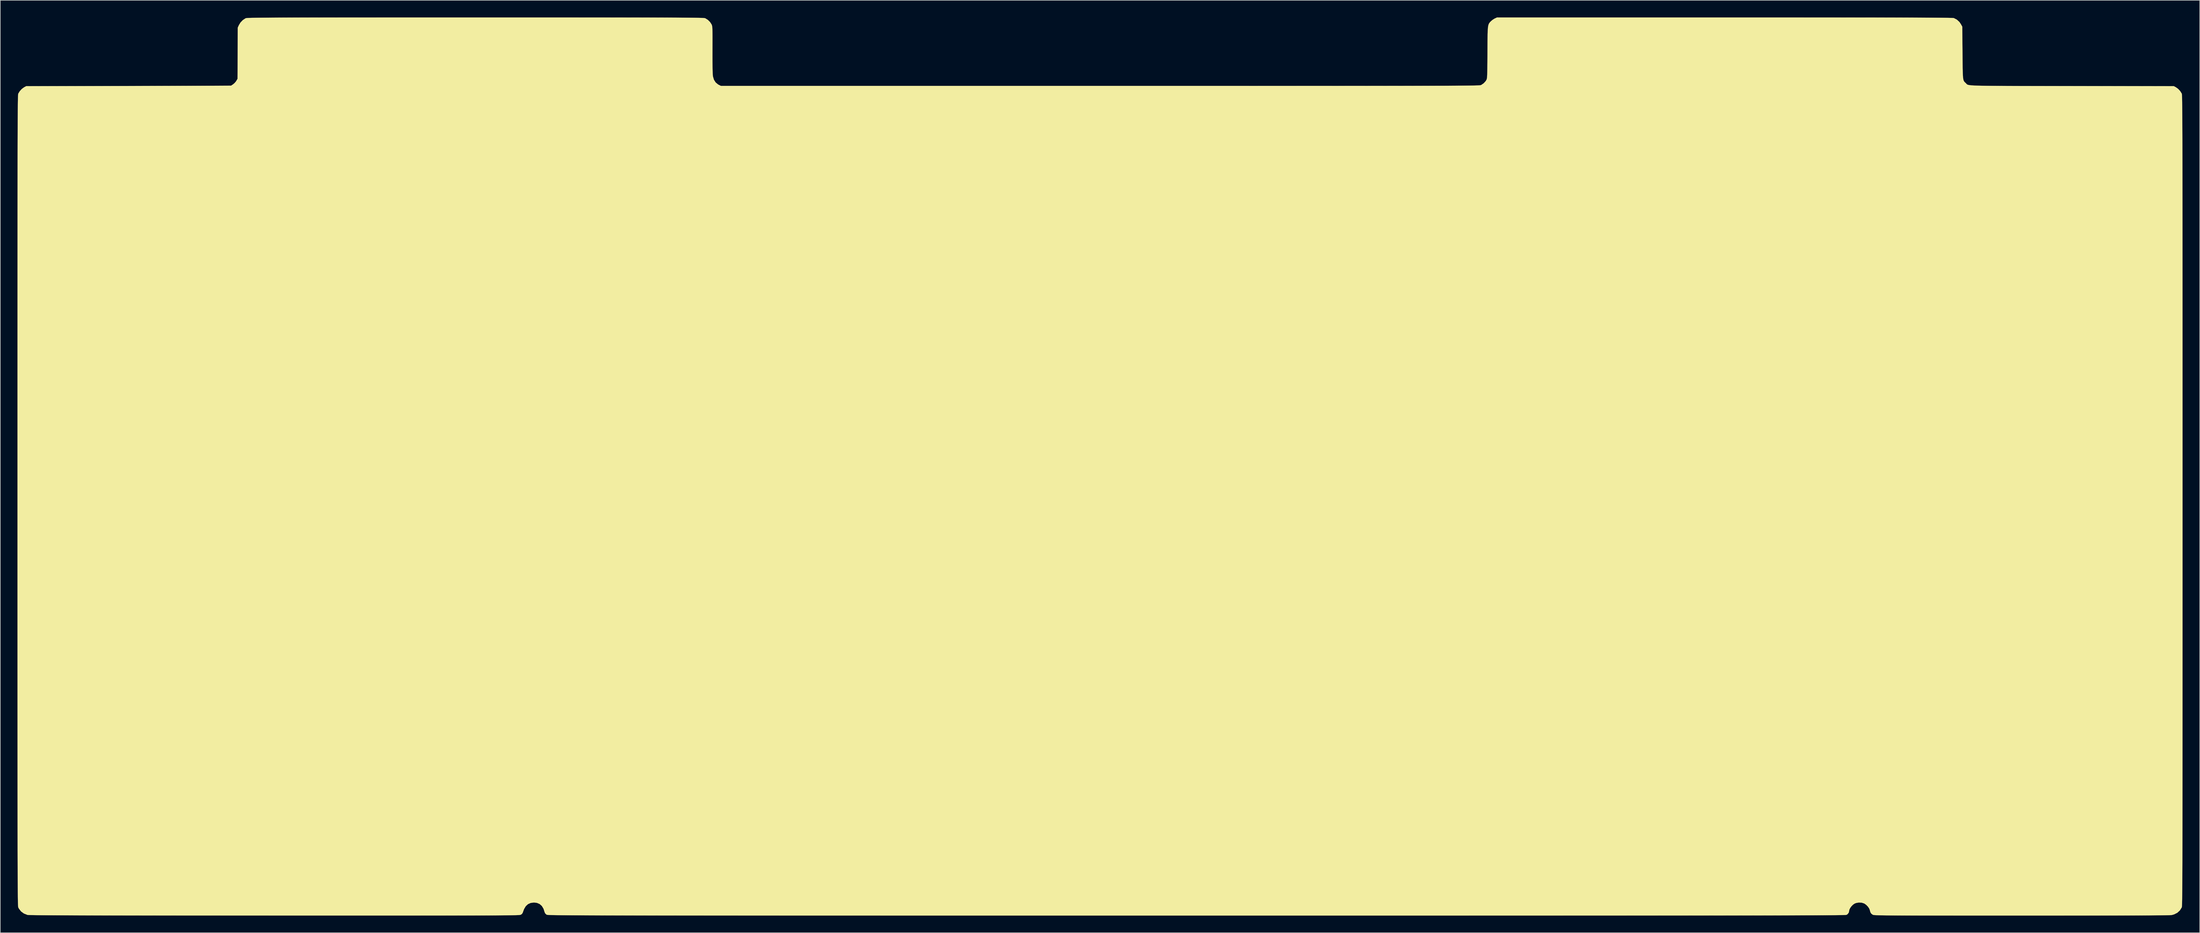
<source format=kicad_pcb>
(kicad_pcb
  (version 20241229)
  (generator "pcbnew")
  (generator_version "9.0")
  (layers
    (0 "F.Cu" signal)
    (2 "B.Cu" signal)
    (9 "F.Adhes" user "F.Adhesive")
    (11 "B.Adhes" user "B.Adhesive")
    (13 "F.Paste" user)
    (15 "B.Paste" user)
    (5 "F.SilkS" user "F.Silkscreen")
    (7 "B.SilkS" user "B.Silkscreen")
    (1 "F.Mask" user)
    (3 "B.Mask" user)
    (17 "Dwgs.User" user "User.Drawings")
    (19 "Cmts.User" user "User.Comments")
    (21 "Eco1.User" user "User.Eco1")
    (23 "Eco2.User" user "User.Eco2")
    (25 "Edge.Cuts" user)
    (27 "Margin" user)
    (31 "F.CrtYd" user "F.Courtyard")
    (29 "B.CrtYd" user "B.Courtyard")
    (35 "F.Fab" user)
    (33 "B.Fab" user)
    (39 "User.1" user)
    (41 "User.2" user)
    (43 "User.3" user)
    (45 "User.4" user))
  (footprint "topsilk"
    (layer "F.Cu")
    (at 189.277 78.533)
    (property "Reference" "topsilk" (at 0 0 0) (layer "F.SilkS") (effects (font (size 1.524 1.524) (thickness 0.3))))
    (attr through_hole)
    (fp_poly (pts (xy 112.446 -78.528) (xy 115.464 -78.528) (xy 118.321 -78.528) (xy 121.02 -78.527) (xy 123.567 -78.526) (xy 125.965 -78.525) (xy 128.218 -78.524) (xy 130.329 -78.523) (xy 132.304 -78.521) (xy 134.147 -78.52) (xy 135.86 -78.518) (xy 137.449 -78.515) (xy 138.918 -78.513) (xy 140.269 -78.51) (xy 141.509 -78.507) (xy 142.64 -78.503) (xy 143.667 -78.499) (xy 144.593 -78.495) (xy 145.423 -78.491) (xy 146.161 -78.486) (xy 146.812 -78.481) (xy 147.378 -78.475) (xy 147.864 -78.469) (xy 148.274 -78.463) (xy 148.613 -78.456) (xy 148.884 -78.449) (xy 149.091 -78.442) (xy 149.238 -78.434) (xy 149.33 -78.425) (xy 149.366 -78.418) (xy 149.898 -78.142) (xy 150.339 -77.732) (xy 150.58 -77.379) (xy 150.834 -76.92) (xy 150.876 -72.348) (xy 150.885 -71.325) (xy 150.894 -70.457) (xy 150.903 -69.73) (xy 150.915 -69.13) (xy 150.931 -68.643) (xy 150.951 -68.254) (xy 150.979 -67.95) (xy 151.015 -67.716) (xy 151.061 -67.539) (xy 151.118 -67.403) (xy 151.187 -67.296) (xy 151.272 -67.202) (xy 151.372 -67.107) (xy 151.44 -67.044) (xy 151.496 -66.988) (xy 151.542 -66.936) (xy 151.584 -66.888) (xy 151.629 -66.844) (xy 151.684 -66.804) (xy 151.757 -66.768) (xy 151.853 -66.735) (xy 151.979 -66.706) (xy 152.143 -66.68) (xy 152.351 -66.657) (xy 152.61 -66.636) (xy 152.927 -66.618) (xy 153.308 -66.603) (xy 153.761 -66.589) (xy 154.292 -66.578) (xy 154.908 -66.568) (xy 155.615 -66.56) (xy 156.422 -66.554) (xy 157.334 -66.549) (xy 158.358 -66.544) (xy 159.502 -66.541) (xy 160.771 -66.538) (xy 162.173 -66.536) (xy 163.715 -66.534) (xy 165.403 -66.532) (xy 167.244 -66.53) (xy 169.245 -66.528) (xy 170.027 -66.527) (xy 187.833 -66.506) (xy 188.18 -66.32) (xy 188.58 -66.034) (xy 188.944 -65.644) (xy 189.212 -65.216) (xy 189.219 -65.199) (xy 189.228 -65.173) (xy 189.235 -65.128) (xy 189.243 -65.061) (xy 189.25 -64.969) (xy 189.257 -64.848) (xy 189.263 -64.695) (xy 189.27 -64.506) (xy 189.276 -64.279) (xy 189.281 -64.009) (xy 189.287 -63.695) (xy 189.292 -63.331) (xy 189.297 -62.915) (xy 189.301 -62.444) (xy 189.306 -61.914) (xy 189.31 -61.321) (xy 189.314 -60.663) (xy 189.318 -59.937) (xy 189.321 -59.137) (xy 189.325 -58.263) (xy 189.328 -57.309) (xy 189.331 -56.273) (xy 189.333 -55.151) (xy 189.336 -53.941) (xy 189.338 -52.637) (xy 189.34 -51.239) (xy 189.342 -49.741) (xy 189.344 -48.14) (xy 189.346 -46.434) (xy 189.347 -44.619) (xy 189.349 -42.691) (xy 189.35 -40.647) (xy 189.351 -38.484) (xy 189.352 -36.199) (xy 189.353 -33.788) (xy 189.354 -31.247) (xy 189.354 -28.574) (xy 189.355 -25.765) (xy 189.355 -22.817) (xy 189.356 -19.726) (xy 189.356 -16.488) (xy 189.356 -13.102) (xy 189.357 -9.563) (xy 189.357 -5.868) (xy 189.357 -2.013) (xy 189.357 2.004) (xy 189.357 6.011) (xy 189.357 10.188) (xy 189.357 14.198) (xy 189.357 18.046) (xy 189.357 21.735) (xy 189.356 25.268) (xy 189.356 28.648) (xy 189.356 31.879) (xy 189.355 34.964) (xy 189.355 37.907) (xy 189.354 40.71) (xy 189.354 43.378) (xy 189.353 45.913) (xy 189.352 48.319) (xy 189.351 50.599) (xy 189.35 52.757) (xy 189.349 54.796) (xy 189.347 56.719) (xy 189.346 58.529) (xy 189.344 60.231) (xy 189.342 61.827) (xy 189.34 63.321) (xy 189.338 64.716) (xy 189.336 66.015) (xy 189.333 67.222) (xy 189.33 68.34) (xy 189.328 69.373) (xy 189.324 70.323) (xy 189.321 71.195) (xy 189.318 71.991) (xy 189.314 72.715) (xy 189.31 73.37) (xy 189.306 73.96) (xy 189.301 74.487) (xy 189.297 74.956) (xy 189.292 75.37) (xy 189.287 75.731) (xy 189.281 76.044) (xy 189.275 76.312) (xy 189.269 76.537) (xy 189.263 76.724) (xy 189.257 76.876) (xy 189.25 76.996) (xy 189.242 77.087) (xy 189.235 77.153) (xy 189.227 77.197) (xy 189.219 77.222) (xy 188.892 77.75) (xy 188.447 78.157) (xy 187.884 78.443) (xy 187.469 78.56) (xy 187.37 78.57) (xy 187.169 78.579) (xy 186.86 78.588) (xy 186.442 78.596) (xy 185.91 78.604) (xy 185.262 78.611) (xy 184.493 78.617) (xy 183.601 78.623) (xy 182.581 78.628) (xy 181.431 78.633) (xy 180.147 78.637) (xy 178.725 78.641) (xy 177.163 78.644) (xy 175.456 78.647) (xy 173.601 78.65) (xy 171.596 78.652) (xy 169.435 78.653) (xy 167.117 78.654) (xy 164.637 78.655) (xy 161.992 78.655) (xy 161.222 78.655) (xy 158.746 78.655) (xy 156.433 78.655) (xy 154.278 78.655) (xy 152.275 78.654) (xy 150.419 78.654) (xy 148.704 78.653) (xy 147.125 78.652) (xy 145.675 78.651) (xy 144.35 78.65) (xy 143.142 78.648) (xy 142.048 78.646) (xy 141.06 78.643) (xy 140.174 78.64) (xy 139.384 78.637) (xy 138.684 78.633) (xy 138.068 78.628) (xy 137.531 78.623) (xy 137.068 78.617) (xy 136.671 78.611) (xy 136.337 78.604) (xy 136.059 78.596) (xy 135.831 78.587) (xy 135.648 78.578) (xy 135.504 78.567) (xy 135.394 78.556) (xy 135.312 78.544) (xy 135.252 78.531) (xy 135.208 78.517) (xy 135.175 78.502) (xy 135.155 78.49) (xy 134.917 78.31) (xy 134.772 78.088) (xy 134.681 77.766) (xy 134.672 77.717) (xy 134.553 77.41) (xy 134.324 77.079) (xy 134.028 76.775) (xy 133.706 76.548) (xy 133.683 76.536) (xy 133.248 76.397) (xy 132.754 76.369) (xy 132.268 76.452) (xy 131.987 76.565) (xy 131.715 76.758) (xy 131.451 77.028) (xy 131.232 77.329) (xy 131.094 77.614) (xy 131.064 77.772) (xy 130.987 78.131) (xy 130.77 78.413) (xy 130.595 78.524) (xy 130.571 78.53) (xy 130.524 78.536) (xy 130.452 78.542) (xy 130.351 78.548) (xy 130.219 78.553) (xy 130.054 78.558) (xy 129.852 78.563) (xy 129.612 78.568) (xy 129.33 78.573) (xy 129.004 78.577) (xy 128.631 78.582) (xy 128.21 78.586) (xy 127.736 78.59) (xy 127.207 78.594) (xy 126.622 78.598) (xy 125.977 78.601) (xy 125.269 78.605) (xy 124.496 78.608) (xy 123.656 78.611) (xy 122.745 78.614) (xy 121.762 78.617) (xy 120.703 78.62) (xy 119.566 78.622) (xy 118.348 78.625) (xy 117.046 78.627) (xy 115.659 78.629) (xy 114.183 78.631) (xy 112.616 78.633) (xy 110.955 78.635) (xy 109.197 78.637) (xy 107.34 78.639) (xy 105.382 78.64) (xy 103.319 78.642) (xy 101.149 78.643) (xy 98.869 78.644) (xy 96.478 78.646) (xy 93.971 78.647) (xy 91.347 78.648) (xy 88.603 78.649) (xy 85.736 78.649) (xy 82.744 78.65) (xy 79.623 78.651) (xy 76.373 78.652) (xy 72.989 78.652) (xy 69.469 78.653) (xy 65.81 78.653) (xy 62.011 78.654) (xy 58.068 78.654) (xy 53.978 78.654) (xy 49.74 78.654) (xy 45.35 78.655) (xy 40.806 78.655) (xy 36.105 78.655) (xy 31.244 78.655) (xy 26.222 78.655) (xy 21.034 78.655) (xy 16.921 78.655) (xy 11.638 78.655) (xy 6.522 78.655) (xy 1.569 78.655) (xy -3.222 78.655) (xy -7.854 78.655) (xy -12.33 78.655) (xy -16.653 78.655) (xy -20.826 78.655) (xy -24.85 78.654) (xy -28.73 78.654) (xy -32.466 78.654) (xy -36.063 78.654) (xy -39.523 78.653) (xy -42.848 78.653) (xy -46.041 78.652) (xy -49.105 78.652) (xy -52.043 78.651) (xy -54.857 78.651) (xy -57.55 78.65) (xy -60.124 78.649) (xy -62.582 78.648) (xy -64.928 78.647) (xy -67.163 78.646) (xy -69.29 78.645) (xy -71.312 78.644) (xy -73.232 78.643) (xy -75.052 78.641) (xy -76.775 78.64) (xy -78.403 78.638) (xy -79.94 78.636) (xy -81.388 78.634) (xy -82.75 78.632) (xy -84.028 78.63) (xy -85.225 78.628) (xy -86.343 78.626) (xy -87.387 78.623) (xy -88.357 78.62) (xy -89.257 78.618) (xy -90.089 78.615) (xy -90.856 78.611) (xy -91.561 78.608) (xy -92.207 78.605) (xy -92.796 78.601) (xy -93.33 78.597) (xy -93.813 78.593) (xy -94.248 78.589) (xy -94.636 78.585) (xy -94.98 78.58) (xy -95.284 78.576) (xy -95.55 78.571) (xy -95.78 78.566) (xy -95.977 78.56) (xy -96.145 78.555) (xy -96.284 78.549) (xy -96.4 78.543) (xy -96.493 78.537) (xy -96.566 78.531) (xy -96.623 78.524) (xy -96.666 78.517) (xy -96.698 78.51) (xy -96.721 78.503) (xy -96.738 78.496) (xy -96.751 78.488) (xy -96.97 78.293) (xy -97.076 78.086) (xy -97.277 77.459) (xy -97.57 76.973) (xy -97.955 76.63) (xy -98.431 76.429) (xy -98.945 76.369) (xy -99.513 76.439) (xy -99.989 76.651) (xy -100.375 77.005) (xy -100.672 77.502) (xy -100.796 77.829) (xy -100.906 78.136) (xy -101.017 78.327) (xy -101.162 78.452) (xy -101.261 78.507) (xy -101.289 78.518) (xy -101.33 78.529) (xy -101.388 78.539) (xy -101.468 78.548) (xy -101.574 78.557) (xy -101.71 78.566) (xy -101.881 78.573) (xy -102.091 78.581) (xy -102.345 78.588) (xy -102.647 78.594) (xy -103 78.6) (xy -103.411 78.606) (xy -103.882 78.611) (xy -104.418 78.616) (xy -105.024 78.62) (xy -105.704 78.624) (xy -106.463 78.628) (xy -107.304 78.631) (xy -108.232 78.634) (xy -109.252 78.637) (xy -110.367 78.639) (xy -111.583 78.641) (xy -112.903 78.643) (xy -114.332 78.645) (xy -115.874 78.646) (xy -117.534 78.647) (xy -119.316 78.648) (xy -121.224 78.649) (xy -123.263 78.649) (xy -125.437 78.649) (xy -127.75 78.649) (xy -130.207 78.649) (xy -132.812 78.649) (xy -135.57 78.649) (xy -138.484 78.649) (xy -141.56 78.648) (xy -144.357 78.648) (xy -147.694 78.647) (xy -150.865 78.646) (xy -153.874 78.645) (xy -156.725 78.644) (xy -159.422 78.643) (xy -161.968 78.642) (xy -164.367 78.64) (xy -166.623 78.638) (xy -168.739 78.636) (xy -170.72 78.634) (xy -172.568 78.632) (xy -174.288 78.629) (xy -175.883 78.626) (xy -177.358 78.623) (xy -178.715 78.62) (xy -179.959 78.616) (xy -181.093 78.612) (xy -182.121 78.608) (xy -183.046 78.604) (xy -183.873 78.599) (xy -184.606 78.594) (xy -185.247 78.589) (xy -185.8 78.583) (xy -186.271 78.577) (xy -186.661 78.57) (xy -186.975 78.563) (xy -187.216 78.556) (xy -187.388 78.549) (xy -187.496 78.541) (xy -187.537 78.534) (xy -188.152 78.289) (xy -188.646 77.927) (xy -189.019 77.447) (xy -189.135 77.222) (xy -189.143 77.196) (xy -189.151 77.151) (xy -189.158 77.084) (xy -189.165 76.991) (xy -189.172 76.87) (xy -189.179 76.717) (xy -189.185 76.529) (xy -189.191 76.301) (xy -189.197 76.032) (xy -189.202 75.717) (xy -189.207 75.354) (xy -189.212 74.938) (xy -189.217 74.467) (xy -189.221 73.936) (xy -189.225 73.344) (xy -189.229 72.686) (xy -189.233 71.959) (xy -189.237 71.16) (xy -189.24 70.285) (xy -189.243 69.332) (xy -189.246 68.296) (xy -189.249 67.174) (xy -189.251 65.963) (xy -189.253 64.66) (xy -189.256 63.261) (xy -189.258 61.763) (xy -189.259 60.163) (xy -189.261 58.457) (xy -189.263 56.641) (xy -189.264 54.714) (xy -189.265 52.67) (xy -189.266 50.507) (xy -189.267 48.222) (xy -189.268 45.81) (xy -189.269 43.27) (xy -189.27 40.597) (xy -189.27 37.788) (xy -189.271 34.839) (xy -189.271 31.748) (xy -189.272 28.511) (xy -189.272 25.125) (xy -189.272 21.586) (xy -189.272 17.89) (xy -189.272 14.036) (xy -189.272 10.018) (xy -189.272 6.011) (xy -189.272 1.835) (xy -189.272 -2.176) (xy -189.272 -6.024) (xy -189.272 -9.712) (xy -189.272 -13.245) (xy -189.272 -16.625) (xy -189.271 -19.856) (xy -189.271 -22.941) (xy -189.27 -25.884) (xy -189.27 -28.687) (xy -189.269 -31.355) (xy -189.268 -33.89) (xy -189.267 -36.296) (xy -189.266 -38.576) (xy -189.265 -40.734) (xy -189.264 -42.773) (xy -189.263 -44.696) (xy -189.261 -46.507) (xy -189.259 -48.209) (xy -189.257 -49.805) (xy -189.255 -51.298) (xy -189.253 -52.693) (xy -189.251 -53.992) (xy -189.248 -55.199) (xy -189.246 -56.318) (xy -189.243 -57.35) (xy -189.24 -58.301) (xy -189.236 -59.172) (xy -189.233 -59.968) (xy -189.229 -60.692) (xy -189.225 -61.347) (xy -189.221 -61.937) (xy -189.217 -62.465) (xy -189.212 -62.934) (xy -189.207 -63.347) (xy -189.202 -63.709) (xy -189.196 -64.021) (xy -189.191 -64.289) (xy -189.185 -64.515) (xy -189.178 -64.702) (xy -189.172 -64.853) (xy -189.165 -64.973) (xy -189.158 -65.064) (xy -189.15 -65.13) (xy -189.143 -65.175) (xy -189.135 -65.199) (xy -188.872 -65.628) (xy -188.511 -66.02) (xy -188.111 -66.312) (xy -188.095 -66.32) (xy -187.748 -66.506) (xy -175.683 -66.527) (xy -174.142 -66.53) (xy -172.567 -66.533) (xy -170.976 -66.536) (xy -169.385 -66.539) (xy -167.812 -66.543) (xy -166.272 -66.546) (xy -164.783 -66.55) (xy -163.361 -66.553) (xy -162.023 -66.556) (xy -160.786 -66.56) (xy -159.666 -66.563) (xy -158.681 -66.566) (xy -157.846 -66.569) (xy -157.77 -66.569) (xy -151.922 -66.59) (xy -151.573 -66.821) (xy -151.31 -67.044) (xy -151.07 -67.326) (xy -151.006 -67.424) (xy -150.788 -67.796) (xy -150.749 -76.75) (xy -150.548 -77.194) (xy -150.262 -77.656) (xy -149.866 -78.065) (xy -149.414 -78.365) (xy -149.364 -78.388) (xy -149.332 -78.399) (xy -149.281 -78.41) (xy -149.209 -78.419) (xy -149.109 -78.429) (xy -148.978 -78.437) (xy -148.81 -78.446) (xy -148.602 -78.453) (xy -148.35 -78.46) (xy -148.047 -78.467) (xy -147.691 -78.473) (xy -147.276 -78.479) (xy -146.799 -78.485) (xy -146.253 -78.49) (xy -145.636 -78.494) (xy -144.943 -78.498) (xy -144.168 -78.502) (xy -143.308 -78.506) (xy -142.358 -78.509) (xy -141.314 -78.512) (xy -140.17 -78.515) (xy -138.923 -78.517) (xy -137.569 -78.519) (xy -136.101 -78.521) (xy -134.517 -78.522) (xy -132.812 -78.524) (xy -130.981 -78.525) (xy -129.019 -78.526) (xy -126.922 -78.526) (xy -124.686 -78.527) (xy -122.306 -78.528) (xy -119.778 -78.528) (xy -117.097 -78.528) (xy -114.258 -78.528) (xy -111.258 -78.528) (xy -109.178 -78.528) (xy -106.065 -78.528) (xy -103.118 -78.528) (xy -100.33 -78.528) (xy -97.699 -78.528) (xy -95.219 -78.527) (xy -92.886 -78.527) (xy -90.695 -78.526) (xy -88.643 -78.525) (xy -86.723 -78.524) (xy -84.933 -78.523) (xy -83.268 -78.521) (xy -81.722 -78.52) (xy -80.292 -78.518) (xy -78.973 -78.516) (xy -77.76 -78.513) (xy -76.65 -78.511) (xy -75.637 -78.508) (xy -74.717 -78.504) (xy -73.886 -78.501) (xy -73.139 -78.496) (xy -72.472 -78.492) (xy -71.88 -78.487) (xy -71.358 -78.482) (xy -70.903 -78.477) (xy -70.51 -78.471) (xy -70.174 -78.464) (xy -69.89 -78.457) (xy -69.655 -78.45) (xy -69.464 -78.442) (xy -69.312 -78.434) (xy -69.195 -78.425) (xy -69.108 -78.415) (xy -69.047 -78.405) (xy -69.007 -78.395) (xy -68.997 -78.391) (xy -68.539 -78.106) (xy -68.146 -77.718) (xy -67.9 -77.337) (xy -67.858 -77.246) (xy -67.822 -77.154) (xy -67.794 -77.044) (xy -67.771 -76.902) (xy -67.754 -76.712) (xy -67.741 -76.458) (xy -67.732 -76.125) (xy -67.727 -75.699) (xy -67.724 -75.162) (xy -67.724 -74.501) (xy -67.726 -73.699) (xy -67.728 -72.861) (xy -67.73 -71.711) (xy -67.727 -70.726) (xy -67.718 -69.903) (xy -67.705 -69.239) (xy -67.687 -68.731) (xy -67.664 -68.374) (xy -67.643 -68.201) (xy -67.47 -67.622) (xy -67.176 -67.158) (xy -66.764 -66.812) (xy -66.63 -66.738) (xy -66.247 -66.548) (xy 0.069 -66.548) (xy 4.09 -66.548) (xy 7.945 -66.548) (xy 11.638 -66.548) (xy 15.172 -66.548) (xy 18.551 -66.548) (xy 21.778 -66.548) (xy 24.857 -66.548) (xy 27.791 -66.549) (xy 30.584 -66.549) (xy 33.238 -66.549) (xy 35.759 -66.55) (xy 38.149 -66.551) (xy 40.412 -66.551) (xy 42.551 -66.552) (xy 44.57 -66.553) (xy 46.472 -66.554) (xy 48.261 -66.556) (xy 49.94 -66.557) (xy 51.513 -66.559) (xy 52.983 -66.56) (xy 54.354 -66.562) (xy 55.63 -66.564) (xy 56.813 -66.567) (xy 57.908 -66.569) (xy 58.917 -66.572) (xy 59.845 -66.575) (xy 60.695 -66.578) (xy 61.47 -66.582) (xy 62.174 -66.585) (xy 62.811 -66.589) (xy 63.383 -66.594) (xy 63.895 -66.598) (xy 64.35 -66.603) (xy 64.751 -66.608) (xy 65.102 -66.613) (xy 65.407 -66.619) (xy 65.669 -66.625) (xy 65.891 -66.631) (xy 66.077 -66.638) (xy 66.23 -66.645) (xy 66.355 -66.652) (xy 66.454 -66.659) (xy 66.531 -66.667) (xy 66.589 -66.676) (xy 66.633 -66.685) (xy 66.665 -66.694) (xy 66.689 -66.703) (xy 66.7 -66.709) (xy 67.144 -67.01) (xy 67.496 -67.4) (xy 67.639 -67.649) (xy 67.67 -67.732) (xy 67.696 -67.847) (xy 67.718 -68.009) (xy 67.736 -68.23) (xy 67.751 -68.526) (xy 67.763 -68.909) (xy 67.772 -69.395) (xy 67.78 -69.998) (xy 67.787 -70.731) (xy 67.792 -71.608) (xy 67.796 -72.39) (xy 67.801 -73.42) (xy 67.806 -74.295) (xy 67.814 -75.03) (xy 67.825 -75.638) (xy 67.841 -76.135) (xy 67.864 -76.534) (xy 67.896 -76.85) (xy 67.937 -77.098) (xy 67.99 -77.291) (xy 68.055 -77.445) (xy 68.135 -77.573) (xy 68.232 -77.69) (xy 68.346 -77.811) (xy 68.387 -77.853) (xy 68.658 -78.086) (xy 68.973 -78.293) (xy 69.082 -78.349) (xy 69.469 -78.528) (xy 109.262 -78.528) (xy 112.446 -78.528)) (stroke (width 0.01) (type solid)) (fill yes) (layer "F.SilkS")))
  (gr_rect
    (start -3 -3)
    (end 381.639 160.193)
    (stroke (width 0.1) (type default))
    (fill no)
    (layer "Edge.Cuts")))
</source>
